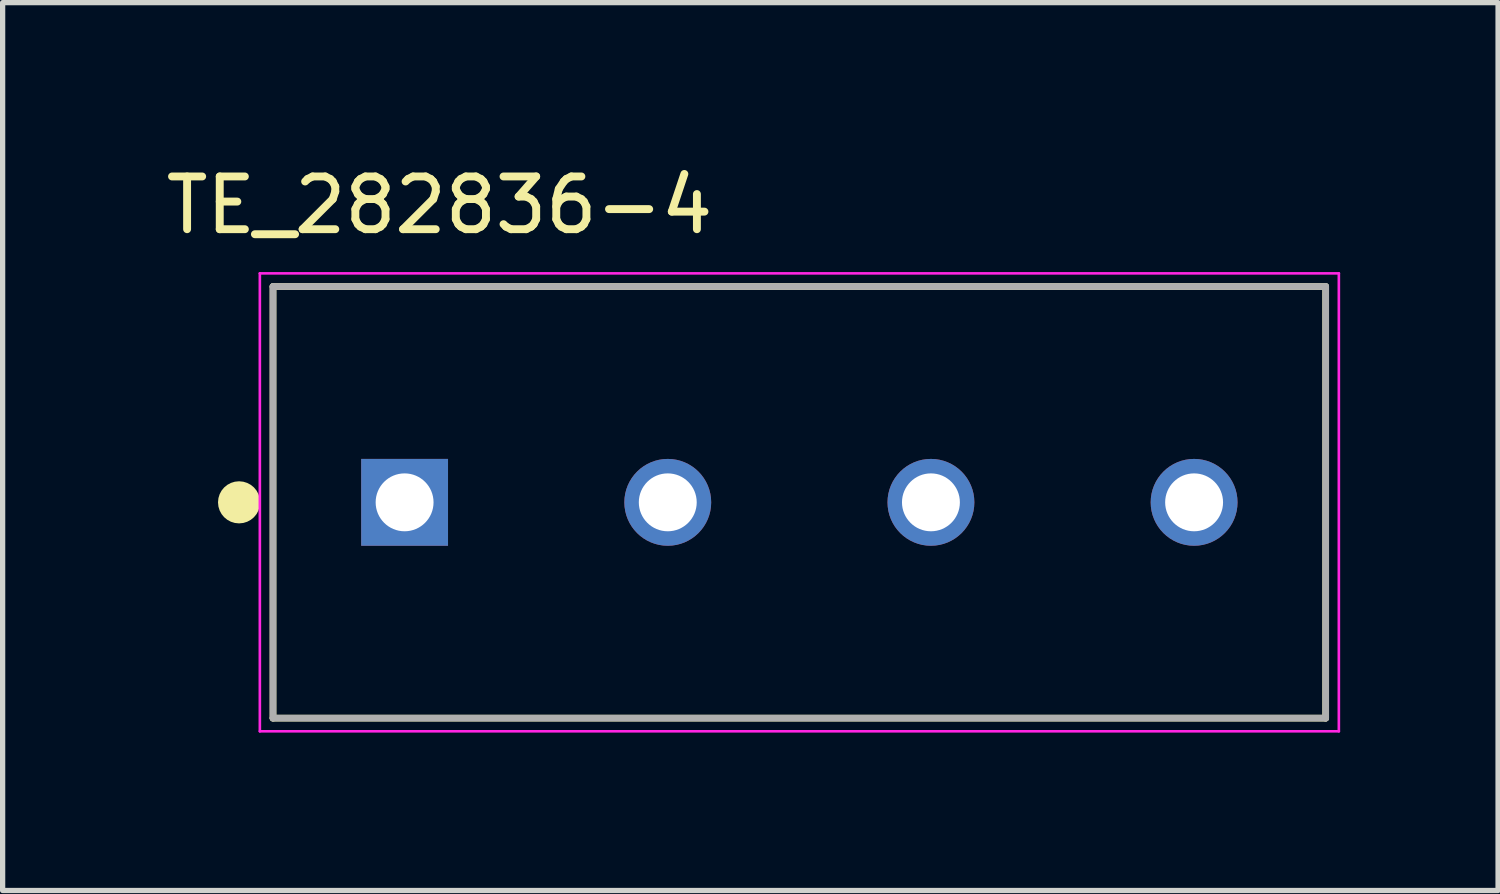
<source format=kicad_pcb>
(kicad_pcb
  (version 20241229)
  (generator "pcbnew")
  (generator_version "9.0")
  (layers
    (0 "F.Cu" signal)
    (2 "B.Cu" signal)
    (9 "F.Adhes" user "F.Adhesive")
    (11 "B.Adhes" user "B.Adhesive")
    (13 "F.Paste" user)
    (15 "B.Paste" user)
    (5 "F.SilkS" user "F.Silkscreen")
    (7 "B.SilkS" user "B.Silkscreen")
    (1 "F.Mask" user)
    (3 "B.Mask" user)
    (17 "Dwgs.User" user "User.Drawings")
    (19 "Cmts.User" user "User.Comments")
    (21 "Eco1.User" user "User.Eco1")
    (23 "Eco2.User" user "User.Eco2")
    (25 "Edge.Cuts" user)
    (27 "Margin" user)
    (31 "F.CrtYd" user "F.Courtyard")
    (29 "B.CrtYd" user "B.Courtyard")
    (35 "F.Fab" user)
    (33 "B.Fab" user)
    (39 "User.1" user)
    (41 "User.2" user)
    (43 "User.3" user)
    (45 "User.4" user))
  (footprint "TE_282836-4"
    (layer "F.Cu")
    (at 12.137 6.494)
    (property "Reference" "TE_282836-4" (at -6.837 -5.645 0) (layer "F.SilkS") (effects (font (size 1.002 1.002) (thickness 0.15))))
    (attr through_hole)
    (fp_line (start -10 -4.1) (end -10 4.1) (stroke (width 0.127) (type solid)) (layer "F.SilkS"))
    (fp_line (start -10 4.1) (end 10 4.1) (stroke (width 0.127) (type solid)) (layer "F.SilkS"))
    (fp_line (start 10 -4.1) (end -10 -4.1) (stroke (width 0.127) (type solid)) (layer "F.SilkS"))
    (fp_line (start 10 4.1) (end 10 -4.1) (stroke (width 0.127) (type solid)) (layer "F.SilkS"))
    (fp_circle (center -10.645 0) (end -10.445 0) (stroke (width 0.4) (type solid)) (fill no) (layer "F.SilkS"))
    (fp_line (start -10.25 -4.35) (end 10.25 -4.35) (stroke (width 0.05) (type solid)) (layer "F.CrtYd"))
    (fp_line (start -10.25 4.35) (end -10.25 -4.35) (stroke (width 0.05) (type solid)) (layer "F.CrtYd"))
    (fp_line (start 10.25 -4.35) (end 10.25 4.35) (stroke (width 0.05) (type solid)) (layer "F.CrtYd"))
    (fp_line (start 10.25 4.35) (end -10.25 4.35) (stroke (width 0.05) (type solid)) (layer "F.CrtYd"))
    (fp_line (start -10 -4.1) (end -10 4.1) (stroke (width 0.127) (type solid)) (layer "F.Fab"))
    (fp_line (start -10 4.1) (end 10 4.1) (stroke (width 0.127) (type solid)) (layer "F.Fab"))
    (fp_line (start 10 -4.1) (end -10 -4.1) (stroke (width 0.127) (type solid)) (layer "F.Fab"))
    (fp_line (start 10 4.1) (end 10 -4.1) (stroke (width 0.127) (type solid)) (layer "F.Fab"))
    (pad "1" thru_hole rect (at -7.5 0) (size 1.65 1.65) (drill 1.1) (layers "*.Cu" "*.Mask"))
    (pad "2" thru_hole circle (at -2.5 0) (size 1.65 1.65) (drill 1.1) (layers "*.Cu" "*.Mask"))
    (pad "3" thru_hole circle (at 2.5 0) (size 1.65 1.65) (drill 1.1) (layers "*.Cu" "*.Mask"))
    (pad "4" thru_hole circle (at 7.5 0) (size 1.65 1.65) (drill 1.1) (layers "*.Cu" "*.Mask")))
  (gr_rect
    (start -3 -3)
    (end 25.412 13.869)
    (stroke (width 0.1) (type default))
    (fill no)
    (layer "Edge.Cuts")))
</source>
